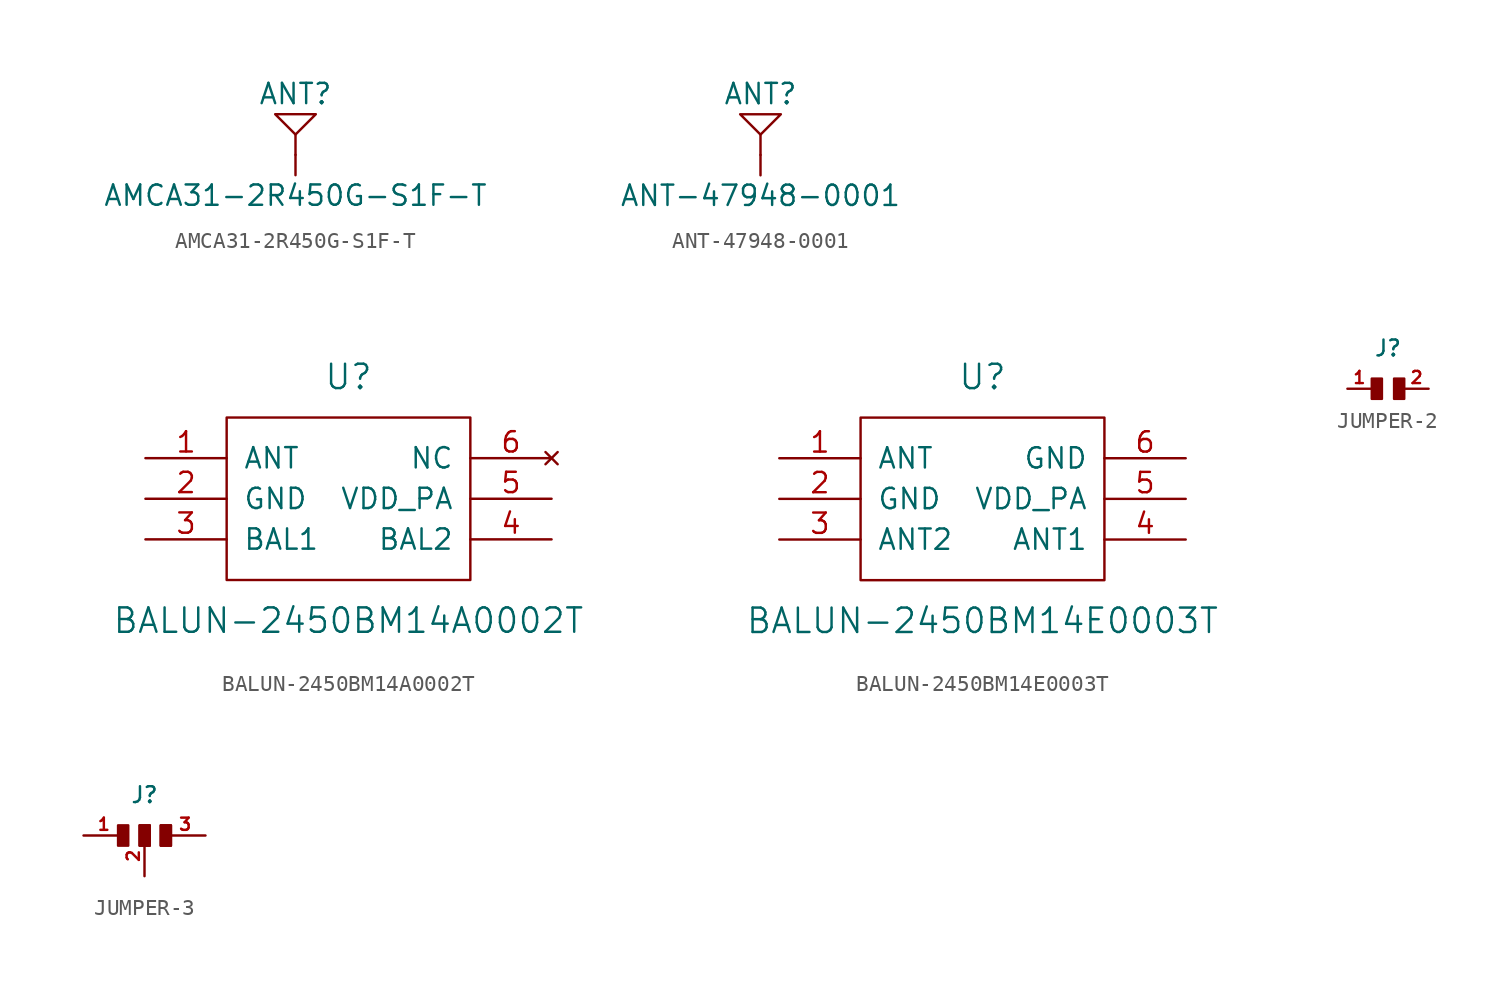
<source format=kicad_sym>
(kicad_symbol_lib
  (version 20201005)
  (generator kicad_symbol_editor)
  (symbol "AMCA31-2R450G-S1F-T"
    (pin_numbers hide)
    (pin_names
      (offset 1.016))
    (property "Reference" "ANT"
      (at 0 5.08 0)
      (effects (font (size 1.27 1.27))))
    (property "Value" "AMCA31-2R450G-S1F-T"
      (at 0 -1.27 0)
      (effects (font (size 1.27 1.27))))
    (symbol "AMCA31-2R450G-S1F-T_0_1"
      (polyline (pts (xy 0 1.27) (xy 0 2.54)) (stroke (width 0)) (fill (type none)))
      (polyline (pts (xy 0 2.54) (xy -1.27 3.81) (xy 1.27 3.81) (xy 0 2.54)) (stroke (width 0)) (fill (type none))))
    (symbol "AMCA31-2R450G-S1F-T_1_0"
      (pin unspecified line (at 0 0 90) (length 1.27) (name "~" (effects (font (size 0.762 0.762)))) (number "1" (effects (font (size 0.762 0.762)))))))
  (symbol "ANT-47948-0001"
    (pin_numbers hide)
    (pin_names
      (offset 1.016))
    (property "Reference" "ANT"
      (at 0 5.08 0)
      (effects (font (size 1.27 1.27))))
    (property "Value" "ANT-47948-0001"
      (at 0 -1.27 0)
      (effects (font (size 1.27 1.27))))
    (symbol "ANT-47948-0001_0_1"
      (polyline (pts (xy 0 1.27) (xy 0 2.54)) (stroke (width 0)) (fill (type none)))
      (polyline (pts (xy 0 2.54) (xy -1.27 3.81) (xy 1.27 3.81) (xy 0 2.54)) (stroke (width 0)) (fill (type none))))
    (symbol "ANT-47948-0001_1_0"
      (pin unspecified line (at 0 0 90) (length 1.27) (name "~" (effects (font (size 0.762 0.762)))) (number "1" (effects (font (size 0.762 0.762)))))))
  (symbol "BALUN-2450BM14A0002T"
    (pin_names
      (offset 1.016))
    (property "Reference" "U"
      (at 0 7.62 0)
      (effects (font (size 1.524 1.524))))
    (property "Value" "BALUN-2450BM14A0002T"
      (at 0 -7.62 0)
      (effects (font (size 1.524 1.524))))
    (symbol "BALUN-2450BM14A0002T_0_1"
      (rectangle (start -7.62 5.08) (end 7.62 -5.08) (stroke (width 0)) (fill (type none))))
    (symbol "BALUN-2450BM14A0002T_1_1"
      (pin input line (at -12.7 2.54 0) (length 5.08) (name "ANT" (effects (font (size 1.27 1.27)))) (number "1" (effects (font (size 1.27 1.27)))))
      (pin input line (at -12.7 0 0) (length 5.08) (name "GND" (effects (font (size 1.27 1.27)))) (number "2" (effects (font (size 1.27 1.27)))))
      (pin input line (at -12.7 -2.54 0) (length 5.08) (name "BAL1" (effects (font (size 1.27 1.27)))) (number "3" (effects (font (size 1.27 1.27)))))
      (pin input line (at 12.7 -2.54 180) (length 5.08) (name "BAL2" (effects (font (size 1.27 1.27)))) (number "4" (effects (font (size 1.27 1.27)))))
      (pin input line (at 12.7 0 180) (length 5.08) (name "VDD_PA" (effects (font (size 1.27 1.27)))) (number "5" (effects (font (size 1.27 1.27)))))
      (pin unconnected line (at 12.7 2.54 180) (length 5.08) (name "NC" (effects (font (size 1.27 1.27)))) (number "6" (effects (font (size 1.27 1.27)))))))
  (symbol "BALUN-2450BM14E0003T"
    (pin_names
      (offset 1.016))
    (property "Reference" "U"
      (at 0 7.62 0)
      (effects (font (size 1.524 1.524))))
    (property "Value" "BALUN-2450BM14E0003T"
      (at 0 -7.62 0)
      (effects (font (size 1.524 1.524))))
    (symbol "BALUN-2450BM14E0003T_0_1"
      (rectangle (start -7.62 5.08) (end 7.62 -5.08) (stroke (width 0)) (fill (type none))))
    (symbol "BALUN-2450BM14E0003T_1_1"
      (pin input line (at -12.7 2.54 0) (length 5.08) (name "ANT" (effects (font (size 1.27 1.27)))) (number "1" (effects (font (size 1.27 1.27)))))
      (pin input line (at -12.7 0 0) (length 5.08) (name "GND" (effects (font (size 1.27 1.27)))) (number "2" (effects (font (size 1.27 1.27)))))
      (pin input line (at -12.7 -2.54 0) (length 5.08) (name "ANT2" (effects (font (size 1.27 1.27)))) (number "3" (effects (font (size 1.27 1.27)))))
      (pin input line (at 12.7 -2.54 180) (length 5.08) (name "ANT1" (effects (font (size 1.27 1.27)))) (number "4" (effects (font (size 1.27 1.27)))))
      (pin input line (at 12.7 0 180) (length 5.08) (name "VDD_PA" (effects (font (size 1.27 1.27)))) (number "5" (effects (font (size 1.27 1.27)))))
      (pin power_in line (at 12.7 2.54 180) (length 5.08) (name "GND" (effects (font (size 1.27 1.27)))) (number "6" (effects (font (size 1.27 1.27)))))))
  (symbol "JUMPER-2"
    (pin_names
      (offset 1.016))
    (property "Reference" "J"
      (at 0 2.54 0)
      (effects (font (size 0.991 0.991))))
    (symbol "JUMPER-2_0_0"
      (pin unspecified line (at -2.54 0 0) (length 1.499) (name "~" (effects (font (size 0.762 0.762)))) (number "1" (effects (font (size 0.762 0.762)))))
      (pin unspecified line (at 2.54 0 180) (length 1.499) (name "~" (effects (font (size 0.762 0.762)))) (number "2" (effects (font (size 0.762 0.762))))))
    (symbol "JUMPER-2_0_1"
      (rectangle (start -1.016 0.635) (end -0.381 -0.635) (stroke (width 0)) (fill (type outline)))
      (rectangle (start 0.381 0.635) (end 1.016 -0.635) (stroke (width 0)) (fill (type outline)))))
  (symbol "JUMPER-3"
    (pin_names
      (offset 1.016))
    (property "Reference" "J"
      (at 0 2.54 0)
      (effects (font (size 0.991 0.991))))
    (symbol "JUMPER-3_0_0"
      (pin unspecified line (at -3.81 0 0) (length 2.54) (name "~" (effects (font (size 0.762 0.762)))) (number "1" (effects (font (size 0.762 0.762)))))
      (pin unspecified line (at 0 -2.54 90) (length 2.54) (name "~" (effects (font (size 0.762 0.762)))) (number "2" (effects (font (size 0.762 0.762)))))
      (pin unspecified line (at 3.81 0 180) (length 2.54) (name "~" (effects (font (size 0.762 0.762)))) (number "3" (effects (font (size 0.762 0.762))))))
    (symbol "JUMPER-3_0_1"
      (rectangle (start -1.651 0.635) (end -1.016 -0.635) (stroke (width 0)) (fill (type outline)))
      (rectangle (start -0.305 0.635) (end 0.33 -0.635) (stroke (width 0)) (fill (type outline)))
      (rectangle (start -0.305 0.635) (end 0.33 -0.635) (stroke (width 0)) (fill (type outline)))
      (rectangle (start 1.016 0.635) (end 1.651 -0.635) (stroke (width 0)) (fill (type outline)))
      (rectangle (start 1.016 0.635) (end 1.651 -0.635) (stroke (width 0)) (fill (type outline))))))
</source>
